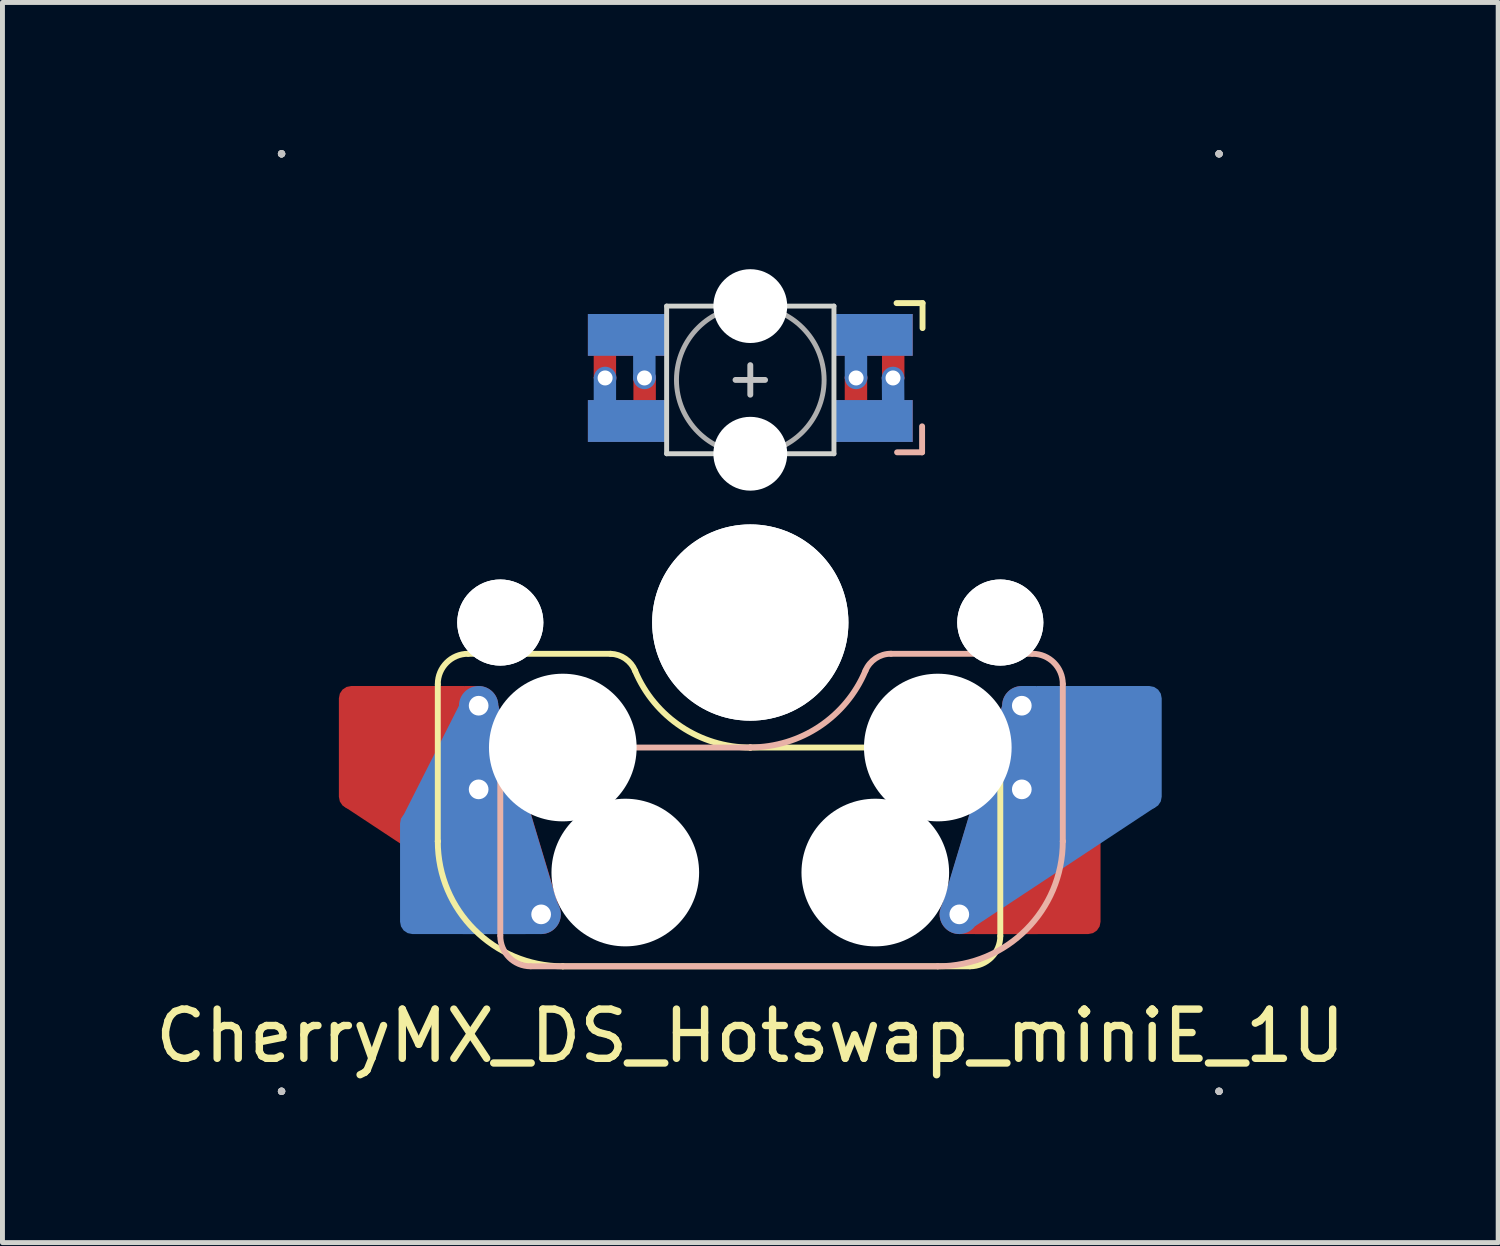
<source format=kicad_pcb>
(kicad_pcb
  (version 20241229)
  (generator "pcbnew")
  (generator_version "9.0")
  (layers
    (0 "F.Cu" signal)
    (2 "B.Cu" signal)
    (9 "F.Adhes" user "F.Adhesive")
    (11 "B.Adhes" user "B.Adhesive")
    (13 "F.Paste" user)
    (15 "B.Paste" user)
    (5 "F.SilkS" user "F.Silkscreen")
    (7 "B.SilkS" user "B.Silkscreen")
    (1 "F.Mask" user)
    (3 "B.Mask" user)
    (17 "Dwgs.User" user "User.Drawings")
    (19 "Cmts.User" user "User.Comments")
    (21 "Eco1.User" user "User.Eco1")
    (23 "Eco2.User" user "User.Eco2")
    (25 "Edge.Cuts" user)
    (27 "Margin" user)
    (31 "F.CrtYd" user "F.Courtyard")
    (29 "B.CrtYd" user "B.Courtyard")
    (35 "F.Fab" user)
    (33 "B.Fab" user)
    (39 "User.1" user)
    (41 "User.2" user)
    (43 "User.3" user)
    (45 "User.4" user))
  (footprint "CherryMX_DS_Hotswap_miniE_1U"
    (layer "F.Cu")
    (at 12.196 9.6)
    (property "Reference" "CherryMX_DS_Hotswap_miniE_1U" (at 0 8.4 180) (layer "F.SilkS") (effects (font (size 1 1) (thickness 0.15))))
    (attr through_hole)
    (fp_poly (pts (xy -5.81 1.29) (xy -5.52 1.29) (xy -5.12 1.69) (xy -3.9 5.74) (xy -4.57 6.17) (xy -8.25 3.74)) (stroke (width 0) (type solid)) (fill yes) (layer "F.Cu"))
    (fp_poly (pts (xy 3.937 6) (xy 4.247 6.33) (xy 5.839 6.33) (xy 7.037 3.9) (xy 5.917 1.69) (xy 5.117 1.69) (xy 3.847 5.93) (xy 3.947 6.01)) (stroke (width 0) (type solid)) (fill yes) (layer "F.Cu"))
    (fp_poly (pts (xy -3.25 -6.22) (xy -1.75 -6.22) (xy -1.75 -5.47) (xy -3.25 -5.47)) (stroke (width 0.1) (type solid)) (fill yes) (layer "F.Mask"))
    (fp_poly (pts (xy -3.25 -4.47) (xy -1.75 -4.47) (xy -1.75 -3.72) (xy -3.25 -3.72)) (stroke (width 0.1) (type solid)) (fill yes) (layer "F.Mask"))
    (fp_poly (pts (xy 1.75 -4.47) (xy 3.25 -4.47) (xy 3.25 -3.72) (xy 1.75 -3.72)) (stroke (width 0.1) (type solid)) (fill yes) (layer "F.Mask"))
    (fp_poly (pts (xy 1.75 -6.22) (xy 2.85 -6.22) (xy 3.25 -5.82) (xy 3.25 -5.47) (xy 1.75 -5.47)) (stroke (width 0.1) (type solid)) (fill yes) (layer "F.Mask"))
    (fp_poly (pts (xy 5.807 1.29) (xy 5.517 1.29) (xy 5.117 1.69) (xy 3.897 5.74) (xy 4.567 6.17) (xy 8.247 3.74)) (stroke (width 0) (type solid)) (fill yes) (layer "B.Cu"))
    (fp_poly (pts (xy -3.94 6) (xy -4.25 6.33) (xy -5.842 6.33) (xy -7.04 3.9) (xy -5.92 1.69) (xy -5.12 1.69) (xy -3.85 5.93) (xy -3.95 6.01)) (stroke (width 0) (type solid)) (fill yes) (layer "B.Cu"))
    (fp_poly (pts (xy -3.25 -6.22) (xy -1.75 -6.22) (xy -1.75 -5.47) (xy -3.25 -5.47)) (stroke (width 0.1) (type solid)) (fill yes) (layer "B.Mask"))
    (fp_poly (pts (xy -3.25 -4.47) (xy -1.75 -4.47) (xy -1.75 -3.72) (xy -3.25 -3.72)) (stroke (width 0.1) (type solid)) (fill yes) (layer "B.Mask"))
    (fp_poly (pts (xy 1.75 -6.22) (xy 3.25 -6.22) (xy 3.25 -5.47) (xy 1.75 -5.47)) (stroke (width 0.1) (type solid)) (fill yes) (layer "B.Mask"))
    (fp_poly (pts (xy 1.75 -4.47) (xy 3.25 -4.47) (xy 3.25 -4.145) (xy 2.85 -3.72) (xy 1.75 -3.72)) (stroke (width 0.1) (type solid)) (fill yes) (layer "B.Mask"))
    (fp_line (start -6.35 4.445) (end -6.35 1.26) (stroke (width 0.12) (type solid)) (layer "F.SilkS"))
    (fp_line (start -6.35 4.445) (end -6.35 4.445) (stroke (width 0.12) (type solid)) (layer "F.SilkS"))
    (fp_line (start -5.73 0.635) (end -2.84 0.635) (stroke (width 0.12) (type solid)) (layer "F.SilkS"))
    (fp_line (start -3.81 6.985) (end -3.81 6.985) (stroke (width 0.12) (type solid)) (layer "F.SilkS"))
    (fp_line (start -3.81 6.985) (end 4.46 6.985) (stroke (width 0.12) (type solid)) (layer "F.SilkS"))
    (fp_line (start 0 2.54) (end 0 2.54) (stroke (width 0.12) (type solid)) (layer "F.SilkS"))
    (fp_line (start 0 2.54) (end 5.08 2.54) (stroke (width 0.12) (type solid)) (layer "F.SilkS"))
    (fp_line (start 3.5 -6.491) (end 2.972 -6.491) (stroke (width 0.12) (type solid)) (layer "F.SilkS"))
    (fp_line (start 3.5 -5.983) (end 3.5 -6.491) (stroke (width 0.12) (type solid)) (layer "F.SilkS"))
    (fp_line (start 5.08 2.54) (end 5.08 2.54) (stroke (width 0.12) (type solid)) (layer "F.SilkS"))
    (fp_line (start 5.08 2.54) (end 5.08 2.54) (stroke (width 0.12) (type solid)) (layer "F.SilkS"))
    (fp_line (start 5.08 6.37) (end 5.08 2.54) (stroke (width 0.12) (type solid)) (layer "F.SilkS"))
    (fp_arc (start -6.35 1.25) (mid -6.169871 0.815129) (end -5.735 0.635) (stroke (width 0.12) (type default)) (layer "F.SilkS"))
    (fp_arc (start -3.81 6.985) (mid -5.606051 6.241051) (end -6.35 4.445) (stroke (width 0.12) (type solid)) (layer "F.SilkS"))
    (fp_arc (start -2.840072 0.635) (mid -2.539136 0.734324) (end -2.34 0.980845) (stroke (width 0.12) (type default)) (layer "F.SilkS"))
    (fp_arc (start 0 2.54) (mid -1.405313 2.115202) (end -2.34 0.983072) (stroke (width 0.12) (type solid)) (layer "F.SilkS"))
    (fp_arc (start 5.080129 6.37) (mid 4.9 6.804871) (end 4.465129 6.985) (stroke (width 0.12) (type default)) (layer "F.SilkS"))
    (fp_line (start -5.08 2.54) (end -5.08 2.54) (stroke (width 0.12) (type solid)) (layer "B.SilkS"))
    (fp_line (start -5.08 2.54) (end -5.08 2.54) (stroke (width 0.12) (type solid)) (layer "B.SilkS"))
    (fp_line (start -5.08 6.36) (end -5.08 2.54) (stroke (width 0.12) (type solid)) (layer "B.SilkS"))
    (fp_line (start -4.46 6.985) (end 3.81 6.985) (stroke (width 0.12) (type solid)) (layer "B.SilkS"))
    (fp_line (start 0 2.54) (end -5.08 2.54) (stroke (width 0.12) (type solid)) (layer "B.SilkS"))
    (fp_line (start 0 2.54) (end 0 2.54) (stroke (width 0.12) (type solid)) (layer "B.SilkS"))
    (fp_line (start 2.86 0.635) (end 5.72 0.635) (stroke (width 0.12) (type solid)) (layer "B.SilkS"))
    (fp_line (start 2.983 -3.459) (end 3.491 -3.459) (stroke (width 0.12) (type solid)) (layer "B.SilkS"))
    (fp_line (start 3.491 -3.459) (end 3.491 -3.987) (stroke (width 0.12) (type solid)) (layer "B.SilkS"))
    (fp_line (start 3.81 6.985) (end 3.81 6.985) (stroke (width 0.12) (type solid)) (layer "B.SilkS"))
    (fp_line (start 6.35 1.25) (end 6.35 4.445) (stroke (width 0.12) (type solid)) (layer "B.SilkS"))
    (fp_line (start 6.35 4.445) (end 6.35 4.445) (stroke (width 0.12) (type solid)) (layer "B.SilkS"))
    (fp_arc (start -4.465 6.985) (mid -4.899871 6.804871) (end -5.08 6.37) (stroke (width 0.12) (type default)) (layer "B.SilkS"))
    (fp_arc (start 2.34 0.98) (mid 1.405313 2.11213) (end 0 2.536928) (stroke (width 0.12) (type solid)) (layer "B.SilkS"))
    (fp_arc (start 2.34 0.98) (mid 2.547382 0.727885) (end 2.859999 0.633863) (stroke (width 0.12) (type default)) (layer "B.SilkS"))
    (fp_arc (start 5.735129 0.635) (mid 6.17 0.815129) (end 6.350129 1.25) (stroke (width 0.12) (type default)) (layer "B.SilkS"))
    (fp_arc (start 6.35 4.445) (mid 5.606051 6.241051) (end 3.81 6.985) (stroke (width 0.12) (type solid)) (layer "B.SilkS"))
    (fp_line (start -9.525 -9.525) (end -9.525 -9.525) (stroke (width 0.15) (type solid)) (layer "Dwgs.User"))
    (fp_line (start -9.525 -9.525) (end -9.525 -9.525) (stroke (width 0.15) (type solid)) (layer "Dwgs.User"))
    (fp_line (start -9.525 -9.525) (end -9.525 -9.525) (stroke (width 0.15) (type solid)) (layer "Dwgs.User"))
    (fp_line (start -9.525 -9.525) (end -9.525 -9.525) (stroke (width 0.15) (type solid)) (layer "Dwgs.User"))
    (fp_line (start -9.525 9.525) (end -9.525 9.525) (stroke (width 0.15) (type solid)) (layer "Dwgs.User"))
    (fp_line (start -9.525 9.525) (end -9.525 9.525) (stroke (width 0.15) (type solid)) (layer "Dwgs.User"))
    (fp_line (start -9.525 9.525) (end -9.525 9.525) (stroke (width 0.15) (type solid)) (layer "Dwgs.User"))
    (fp_line (start -9.525 9.525) (end -9.525 9.525) (stroke (width 0.15) (type solid)) (layer "Dwgs.User"))
    (fp_line (start -0.3 -4.93) (end 0.3 -4.93) (stroke (width 0.12) (type solid)) (layer "Dwgs.User"))
    (fp_line (start 0 -4.63) (end 0 -5.23) (stroke (width 0.12) (type solid)) (layer "Dwgs.User"))
    (fp_line (start 9.525 -9.525) (end 9.525 -9.525) (stroke (width 0.15) (type solid)) (layer "Dwgs.User"))
    (fp_line (start 9.525 -9.525) (end 9.525 -9.525) (stroke (width 0.15) (type solid)) (layer "Dwgs.User"))
    (fp_line (start 9.525 -9.525) (end 9.525 -9.525) (stroke (width 0.15) (type solid)) (layer "Dwgs.User"))
    (fp_line (start 9.525 -9.525) (end 9.525 -9.525) (stroke (width 0.15) (type solid)) (layer "Dwgs.User"))
    (fp_line (start 9.525 9.525) (end 9.525 9.525) (stroke (width 0.15) (type solid)) (layer "Dwgs.User"))
    (fp_line (start 9.525 9.525) (end 9.525 9.525) (stroke (width 0.15) (type solid)) (layer "Dwgs.User"))
    (fp_line (start 9.525 9.525) (end 9.525 9.525) (stroke (width 0.15) (type solid)) (layer "Dwgs.User"))
    (fp_line (start 9.525 9.525) (end 9.525 9.525) (stroke (width 0.15) (type solid)) (layer "Dwgs.User"))
    (fp_line (start -1.7 -6.43) (end -1.7 -3.43) (stroke (width 0.1) (type solid)) (layer "Edge.Cuts"))
    (fp_line (start 1.7 -6.43) (end -1.7 -6.43) (stroke (width 0.1) (type solid)) (layer "Edge.Cuts"))
    (fp_line (start 1.7 -3.43) (end -1.7 -3.43) (stroke (width 0.1) (type solid)) (layer "Edge.Cuts"))
    (fp_line (start 1.7 -3.43) (end 1.7 -6.43) (stroke (width 0.1) (type solid)) (layer "Edge.Cuts"))
    (fp_circle (center 0 -4.93) (end 0 -6.43) (stroke (width 0.1) (type solid)) (fill no) (layer "F.Fab"))
    (fp_line (start -9.525 9.525) (end -9.525 -9.525) (stroke (width 0.15) (type solid)) (layer "User.2"))
    (fp_line (start 9.525 -9.525) (end -9.525 -9.525) (stroke (width 0.15) (type solid)) (layer "User.2"))
    (fp_line (start 9.525 9.525) (end -9.525 9.525) (stroke (width 0.15) (type solid)) (layer "User.2"))
    (fp_line (start 9.525 9.525) (end 9.525 -9.525) (stroke (width 0.15) (type solid)) (layer "User.2"))
    (pad "" np_thru_hole circle (at -5.08 0 180) (size 1.75 1.75) (drill 1.75) (layers "*.Cu" "*.Mask"))
    (pad "" np_thru_hole circle (at -5.08 0 180) (size 1.75 1.75) (drill 1.75) (layers "*.Cu" "*.Mask"))
    (pad "" np_thru_hole circle (at -3.81 2.54 180) (size 3 3) (drill 3) (layers "*.Cu" "*.Mask"))
    (pad "" np_thru_hole circle (at -2.54 5.08 180) (size 3 3) (drill 3) (layers "*.Cu" "*.Mask"))
    (pad "" np_thru_hole circle (at 0 -6.43 180) (size 1.5 1.5) (drill 1.5) (layers "*.Cu" "*.Mask"))
    (pad "" np_thru_hole circle (at 0 -3.43 180) (size 1.5 1.5) (drill 1.5) (layers "*.Cu" "*.Mask"))
    (pad "" np_thru_hole circle (at 0 0 180) (size 3.988 3.988) (drill 3.988) (layers "*.Cu" "*.Mask"))
    (pad "" np_thru_hole circle (at 0 0 180) (size 3.988 3.988) (drill 3.988) (layers "*.Cu" "*.Mask"))
    (pad "" np_thru_hole circle (at 2.54 5.08 180) (size 3 3) (drill 3) (layers "*.Cu" "*.Mask"))
    (pad "" np_thru_hole circle (at 3.81 2.54 180) (size 3 3) (drill 3) (layers "*.Cu" "*.Mask"))
    (pad "" np_thru_hole circle (at 5.08 0 180) (size 1.75 1.75) (drill 1.75) (layers "*.Cu" "*.Mask"))
    (pad "" np_thru_hole circle (at 5.08 0 180) (size 1.75 1.75) (drill 1.75) (layers "*.Cu" "*.Mask"))
    (pad "1" smd custom (at -2.5 -5.845) (size 1.6 0.85) (layers "B.Cu") (options (anchor rect)) (primitives (gr_poly (pts (xy 0.525 0.896) (xy 0.169 0.896) (xy 0.169 0.325) (xy 0.525 0.325)) (width 0.1) (fill yes))))
    (pad "1" smd custom (at -2.5 -4.095) (size 1.6 0.85) (layers "F.Cu") (options (anchor rect)) (primitives (gr_poly (pts (xy 0.531 -0.275) (xy 0.175 -0.275) (xy 0.175 -0.898) (xy 0.531 -0.898)) (width 0.1) (fill yes))))
    (pad "1" thru_hole circle (at -2.15 -4.97 180) (size 0.457 0.457) (drill 0.305) (layers "*.Cu"))
    (pad "2" thru_hole circle (at -2.95 -4.97 180) (size 0.457 0.457) (drill 0.305) (layers "*.Cu"))
    (pad "2" smd custom (at -2.5 -5.845 180) (size 1.6 0.85) (layers "F.Cu") (options (anchor rect)) (primitives (gr_poly (pts (xy 0.632 -0.296) (xy 0.277 -0.296) (xy 0.277 -0.869) (xy 0.632 -0.869)) (width 0.1) (fill yes))))
    (pad "2" smd custom (at -2.5 -4.095 180) (size 1.6 0.85) (layers "B.Cu") (options (anchor rect)) (primitives (gr_poly (pts (xy 0.632 0.888) (xy 0.277 0.888) (xy 0.277 0.325) (xy 0.632 0.325)) (width 0.1) (fill yes))))
    (pad "3" smd custom (at 2.5 -5.845 180) (size 1.6 0.85) (layers "F.Cu") (options (anchor rect)) (primitives (gr_poly (pts (xy -0.226 -0.354) (xy -0.582 -0.354) (xy -0.582 -0.887) (xy -0.226 -0.887)) (width 0.1) (fill yes))))
    (pad "3" smd custom (at 2.5 -4.095 180) (size 1.6 0.85) (layers "B.Cu") (options (anchor rect)) (primitives (gr_poly (pts (xy -0.222 0.888) (xy -0.578 0.888) (xy -0.582 0.325) (xy -0.226 0.325)) (width 0.1) (fill yes))))
    (pad "3" thru_hole circle (at 2.9 -4.97 180) (size 0.457 0.457) (drill 0.305) (layers "*.Cu"))
    (pad "4" thru_hole circle (at 2.15 -4.97 180) (size 0.457 0.457) (drill 0.305) (layers "*.Cu"))
    (pad "4" smd custom (at 2.5 -5.845) (size 1.6 0.85) (layers "B.Cu") (options (anchor rect)) (primitives (gr_poly (pts (xy -0.175 0.886) (xy -0.531 0.886) (xy -0.531 0.175) (xy -0.175 0.175)) (width 0.1) (fill yes))))
    (pad "4" smd custom (at 2.5 -4.095) (size 1.6 0.85) (layers "F.Cu") (options (anchor rect)) (primitives (gr_poly (pts (xy -0.175 -0.175) (xy -0.531 -0.178) (xy -0.531 -0.903) (xy -0.175 -0.906)) (width 0.1) (fill yes))))
    (pad "5" thru_hole circle (at 4.247 5.93 180) (size 0.8 0.8) (drill 0.4) (layers "*.Cu"))
    (pad "5" thru_hole circle (at 5.517 1.69 180) (size 0.8 0.8) (drill 0.4) (layers "*.Cu"))
    (pad "5" thru_hole circle (at 5.517 3.39 180) (size 0.8 0.8) (drill 0.4) (layers "*.Cu"))
    (pad "5" smd roundrect (at 5.842 5.08 180) (size 2.55 2.5) (layers "F.Cu" "F.Mask" "F.Paste") (roundrect_rratio 0.1) (chamfer_ratio 0) (chamfer top_right bottom_right))
    (pad "5" smd roundrect (at 7.085 2.54 180) (size 2.55 2.5) (layers "B.Cu" "B.Mask" "B.Paste") (roundrect_rratio 0.1) (chamfer_ratio 0) (chamfer top_right bottom_right))
    (pad "6" smd roundrect (at -7.085 2.54 180) (size 2.55 2.5) (layers "F.Cu" "F.Mask" "F.Paste") (roundrect_rratio 0.1) (chamfer_ratio 0) (chamfer top_left bottom_left))
    (pad "6" smd roundrect (at -5.842 5.08 180) (size 2.55 2.5) (layers "B.Cu" "B.Mask" "B.Paste") (roundrect_rratio 0.1) (chamfer_ratio 0) (chamfer top_left bottom_left))
    (pad "6" thru_hole circle (at -5.52 1.69 180) (size 0.8 0.8) (drill 0.4) (layers "*.Cu"))
    (pad "6" thru_hole circle (at -5.52 3.39 180) (size 0.8 0.8) (drill 0.4) (layers "*.Cu"))
    (pad "6" thru_hole circle (at -4.25 5.93 180) (size 0.8 0.8) (drill 0.4) (layers "*.Cu")))
  (gr_rect
    (start -3 -3)
    (end 27.393 22.2)
    (stroke (width 0.1) (type default))
    (fill no)
    (layer "Edge.Cuts")))
</source>
